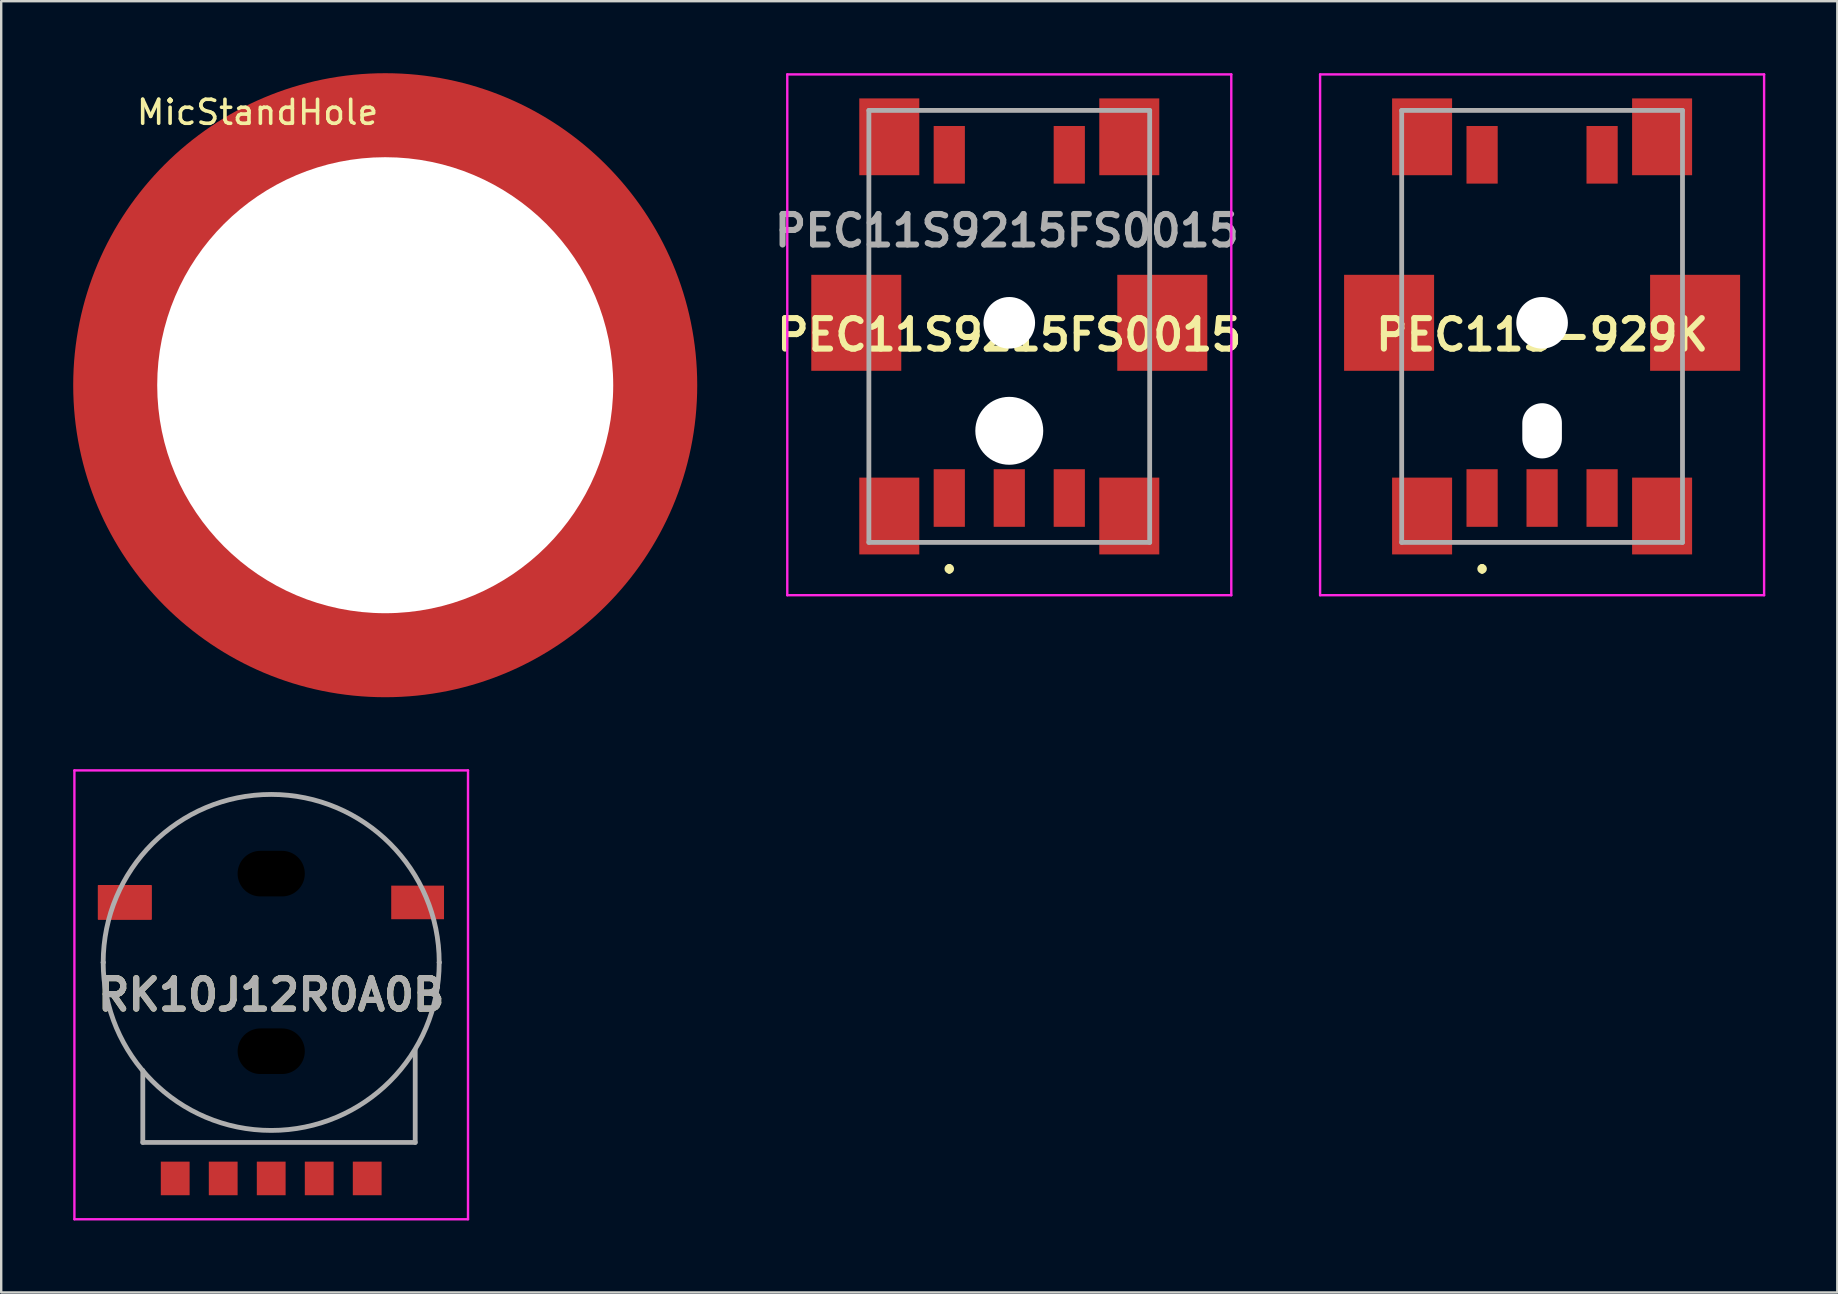
<source format=kicad_pcb>
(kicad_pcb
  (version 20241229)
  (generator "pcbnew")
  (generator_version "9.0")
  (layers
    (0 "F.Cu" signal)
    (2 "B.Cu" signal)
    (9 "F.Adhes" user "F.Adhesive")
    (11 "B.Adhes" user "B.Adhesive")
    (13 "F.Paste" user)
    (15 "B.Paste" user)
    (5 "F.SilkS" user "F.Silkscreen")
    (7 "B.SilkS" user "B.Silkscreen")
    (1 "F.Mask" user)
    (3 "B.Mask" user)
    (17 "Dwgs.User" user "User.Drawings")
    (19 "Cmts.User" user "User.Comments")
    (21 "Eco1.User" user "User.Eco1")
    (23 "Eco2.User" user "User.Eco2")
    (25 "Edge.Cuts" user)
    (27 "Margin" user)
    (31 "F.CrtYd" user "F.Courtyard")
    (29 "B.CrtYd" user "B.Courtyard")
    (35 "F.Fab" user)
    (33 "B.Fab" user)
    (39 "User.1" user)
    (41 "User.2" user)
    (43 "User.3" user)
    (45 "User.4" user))
  (footprint "RK10J12R0A0B"
    (layer "F.Cu")
    (at 8.25 37.05)
    (property "Reference" "RK10J12R0A0B" (at 0 1.35 0) (layer "F.SilkS") (effects (font (size 1.27 1.27) (thickness 0.254))))
    (attr through_hole)
    (fp_rect (start -7.2 -1.8) (end -5 -3.2) (stroke (width 0.05) (type solid)) (fill yes) (layer "F.Cu"))
    (fp_rect (start -1.1 -4.2) (end 1.1 -3.2) (stroke (width 0.1) (type default)) (fill no) (layer "F.Cu"))
    (fp_line (start -5.35 4.5) (end -5.35 7.5) (stroke (width 0.1) (type solid)) (layer "F.SilkS"))
    (fp_line (start -5.35 7.5) (end 6 7.5) (stroke (width 0.1) (type solid)) (layer "F.SilkS"))
    (fp_line (start 6 7.5) (end 6 3.7) (stroke (width 0.1) (type solid)) (layer "F.SilkS"))
    (fp_line (start -8.2 -8) (end 8.2 -8) (stroke (width 0.1) (type solid)) (layer "F.CrtYd"))
    (fp_line (start -8.2 10.7) (end -8.2 -8) (stroke (width 0.1) (type solid)) (layer "F.CrtYd"))
    (fp_line (start 8.2 -8) (end 8.2 10.7) (stroke (width 0.1) (type solid)) (layer "F.CrtYd"))
    (fp_line (start 8.2 10.7) (end -8.2 10.7) (stroke (width 0.1) (type solid)) (layer "F.CrtYd"))
    (fp_line (start -7 0) (end -7 0) (stroke (width 0.2) (type solid)) (layer "F.Fab"))
    (fp_line (start -5.35 4.5) (end -5.35 7.5) (stroke (width 0.2) (type solid)) (layer "F.Fab"))
    (fp_line (start -5.35 7.5) (end 6 7.5) (stroke (width 0.2) (type solid)) (layer "F.Fab"))
    (fp_line (start 6 7.5) (end 6 3.65) (stroke (width 0.2) (type solid)) (layer "F.Fab"))
    (fp_line (start 7 0) (end 7 0) (stroke (width 0.2) (type solid)) (layer "F.Fab"))
    (fp_arc (start -7 0) (mid 0 -7) (end 7 0) (stroke (width 0.2) (type solid)) (layer "F.Fab"))
    (fp_arc (start 7 0) (mid 0 7) (end -7 0) (stroke (width 0.2) (type solid)) (layer "F.Fab"))
    (fp_text user "${REFERENCE}" (at 0 1.35 0) (layer "F.Fab") (effects (font (size 1.27 1.27) (thickness 0.254))))
    (pad "" np_thru_hole oval (at 0 -3.7) (size 5 4) (drill oval 2.8 1.9) (layers "*.Mask"))
    (pad "" np_thru_hole oval (at 0 3.7) (size 5 4) (drill oval 2.8 1.9) (layers "*.Mask"))
    (pad "1" smd rect (at -4 9) (size 1.2 1.4) (layers "F.Cu" "F.Mask" "F.Paste"))
    (pad "2" smd rect (at 0 9) (size 1.2 1.4) (layers "F.Cu" "F.Mask" "F.Paste"))
    (pad "3" smd rect (at 2 9) (size 1.2 1.4) (layers "F.Cu" "F.Mask" "F.Paste"))
    (pad "4" smd rect (at -2 9) (size 1.2 1.4) (layers "F.Cu" "F.Mask" "F.Paste"))
    (pad "5" smd rect (at 4 9) (size 1.2 1.4) (layers "F.Cu" "F.Mask" "F.Paste"))
    (pad "MP1" smd rect (at 6.1 -2.5 90) (size 1.4 2.2) (layers "F.Cu" "F.Mask" "F.Paste"))
    (pad "MP2" smd rect (at -6.1 -2.5 90) (size 1.4 2.2) (layers "F.Cu" "F.Mask" "F.Paste")))
  (footprint "PEC11S-929K"
    (layer "F.Cu")
    (at 61.202 10.55)
    (property "Reference" "PEC11S-929K" (at 0 0.35 180) (layer "F.SilkS") (effects (font (size 1.27 1.27) (thickness 0.254))))
    (attr smd)
    (fp_line (start -3 -9) (end 3 -9) (stroke (width 0.1) (type solid)) (layer "F.SilkS"))
    (fp_line (start -3 9) (end 3 9) (stroke (width 0.1) (type solid)) (layer "F.SilkS"))
    (fp_line (start -2.5 10) (end -2.5 10) (stroke (width 0.2) (type solid)) (layer "F.SilkS"))
    (fp_line (start -2.5 10.2) (end -2.5 10.2) (stroke (width 0.2) (type solid)) (layer "F.SilkS"))
    (fp_arc (start -2.5 10) (mid -2.4 10.100001) (end -2.5 10.2) (stroke (width 0.2) (type solid)) (layer "F.SilkS"))
    (fp_arc (start -2.5 10.2) (mid -2.6 10.100001) (end -2.5 10) (stroke (width 0.2) (type solid)) (layer "F.SilkS"))
    (fp_line (start -9.25 -10.5) (end 9.25 -10.5) (stroke (width 0.1) (type solid)) (layer "F.CrtYd"))
    (fp_line (start -9.25 11.2) (end -9.25 -10.5) (stroke (width 0.1) (type solid)) (layer "F.CrtYd"))
    (fp_line (start 9.25 -10.5) (end 9.25 11.2) (stroke (width 0.1) (type solid)) (layer "F.CrtYd"))
    (fp_line (start 9.25 11.2) (end -9.25 11.2) (stroke (width 0.1) (type solid)) (layer "F.CrtYd"))
    (fp_line (start -5.85 -9) (end 5.85 -9) (stroke (width 0.2) (type solid)) (layer "F.Fab"))
    (fp_line (start -5.85 9) (end -5.85 -9) (stroke (width 0.2) (type solid)) (layer "F.Fab"))
    (fp_line (start 5.85 -9) (end 5.85 9) (stroke (width 0.2) (type solid)) (layer "F.Fab"))
    (fp_line (start 5.85 9) (end -5.85 9) (stroke (width 0.2) (type solid)) (layer "F.Fab"))
    (pad "" np_thru_hole circle (at 0 -0.15) (size 2.15 2.15) (drill 2.15) (layers "*.Cu" "*.Mask"))
    (pad "" np_thru_hole oval (at 0 4.35) (size 1.65 2.3) (drill oval 1.65 2.3) (layers "*.Cu" "*.Mask"))
    (pad "A" smd rect (at -2.5 7.15) (size 1.3 2.4) (layers "F.Cu" "F.Mask" "F.Paste"))
    (pad "B" smd rect (at 2.5 7.15) (size 1.3 2.4) (layers "F.Cu" "F.Mask" "F.Paste"))
    (pad "C" smd rect (at 0 7.15) (size 1.3 2.4) (layers "F.Cu" "F.Mask" "F.Paste"))
    (pad "MP1" smd rect (at -6.375 -0.15) (size 3.75 4) (layers "F.Cu" "F.Mask" "F.Paste"))
    (pad "MP2" smd rect (at 6.375 -0.15) (size 3.75 4) (layers "F.Cu" "F.Mask" "F.Paste"))
    (pad "MP3" smd rect (at 5 -7.9) (size 2.5 3.2) (layers "F.Cu" "F.Mask" "F.Paste"))
    (pad "MP4" smd rect (at -5 -7.9) (size 2.5 3.2) (layers "F.Cu" "F.Mask" "F.Paste"))
    (pad "MP5" smd rect (at -5 7.9) (size 2.5 3.2) (layers "F.Cu" "F.Mask" "F.Paste"))
    (pad "MP6" smd rect (at 5 7.9) (size 2.5 3.2) (layers "F.Cu" "F.Mask" "F.Paste"))
    (pad "S1" smd rect (at -2.5 -7.15) (size 1.3 2.4) (layers "F.Cu" "F.Mask" "F.Paste"))
    (pad "S2" smd rect (at 2.5 -7.15) (size 1.3 2.4) (layers "F.Cu" "F.Mask" "F.Paste")))
  (footprint "PEC11S9215FS0015"
    (layer "F.Cu")
    (at 39.002 10.55)
    (property "Reference" "PEC11S9215FS0015" (at 0 0.35 0) (layer "F.SilkS") (effects (font (size 1.27 1.27) (thickness 0.254))))
    (attr smd)
    (fp_line (start -3 -9) (end 3 -9) (stroke (width 0.1) (type solid)) (layer "F.SilkS"))
    (fp_line (start -3 9) (end 3 9) (stroke (width 0.1) (type solid)) (layer "F.SilkS"))
    (fp_line (start -2.5 10) (end -2.5 10) (stroke (width 0.2) (type solid)) (layer "F.SilkS"))
    (fp_line (start -2.5 10.2) (end -2.5 10.2) (stroke (width 0.2) (type solid)) (layer "F.SilkS"))
    (fp_arc (start -2.5 10) (mid -2.4 10.1) (end -2.5 10.2) (stroke (width 0.2) (type solid)) (layer "F.SilkS"))
    (fp_arc (start -2.5 10.2) (mid -2.6 10.1) (end -2.5 10) (stroke (width 0.2) (type solid)) (layer "F.SilkS"))
    (fp_line (start -9.25 -10.5) (end 9.25 -10.5) (stroke (width 0.1) (type solid)) (layer "F.CrtYd"))
    (fp_line (start -9.25 11.2) (end -9.25 -10.5) (stroke (width 0.1) (type solid)) (layer "F.CrtYd"))
    (fp_line (start 9.25 -10.5) (end 9.25 11.2) (stroke (width 0.1) (type solid)) (layer "F.CrtYd"))
    (fp_line (start 9.25 11.2) (end -9.25 11.2) (stroke (width 0.1) (type solid)) (layer "F.CrtYd"))
    (fp_line (start -5.85 -9) (end 5.85 -9) (stroke (width 0.2) (type solid)) (layer "F.Fab"))
    (fp_line (start -5.85 9) (end -5.85 -9) (stroke (width 0.2) (type solid)) (layer "F.Fab"))
    (fp_line (start 5.85 -9) (end 5.85 9) (stroke (width 0.2) (type solid)) (layer "F.Fab"))
    (fp_line (start 5.85 9) (end -5.85 9) (stroke (width 0.2) (type solid)) (layer "F.Fab"))
    (fp_text user "${REFERENCE}" (at -0.102 -3.988 0) (layer "F.Fab") (effects (font (size 1.27 1.27) (thickness 0.254))))
    (pad "" np_thru_hole circle (at 0 -0.15) (size 2.15 2.15) (drill 2.15) (layers "*.Cu" "*.Mask"))
    (pad "" np_thru_hole circle (at 0 4.35) (size 2.83 2.83) (drill 2.83) (layers "*.Cu" "*.Mask"))
    (pad "A" smd rect (at -2.5 7.15) (size 1.3 2.4) (layers "F.Cu" "F.Mask" "F.Paste"))
    (pad "B" smd rect (at 2.5 7.15) (size 1.3 2.4) (layers "F.Cu" "F.Mask" "F.Paste"))
    (pad "C" smd rect (at 0 7.15) (size 1.3 2.4) (layers "F.Cu" "F.Mask" "F.Paste"))
    (pad "MP1" smd rect (at -6.375 -0.15) (size 3.75 4) (layers "F.Cu" "F.Mask" "F.Paste"))
    (pad "MP2" smd rect (at 6.375 -0.15) (size 3.75 4) (layers "F.Cu" "F.Mask" "F.Paste"))
    (pad "MP3" smd rect (at 5 -7.9) (size 2.5 3.2) (layers "F.Cu" "F.Mask" "F.Paste"))
    (pad "MP4" smd rect (at -5 -7.9) (size 2.5 3.2) (layers "F.Cu" "F.Mask" "F.Paste"))
    (pad "MP5" smd rect (at -5 7.9) (size 2.5 3.2) (layers "F.Cu" "F.Mask" "F.Paste"))
    (pad "MP6" smd rect (at 5 7.9) (size 2.5 3.2) (layers "F.Cu" "F.Mask" "F.Paste"))
    (pad "S1" smd rect (at -2.5 -7.15) (size 1.3 2.4) (layers "F.Cu" "F.Mask" "F.Paste"))
    (pad "S2" smd rect (at 2.5 -7.15) (size 1.3 2.4) (layers "F.Cu" "F.Mask" "F.Paste")))
  (footprint "MicStandHole"
    (layer "F.Cu")
    (at 13 13)
    (property "Reference" "MicStandHole" (at -5.32 -11.37 0) (unlocked yes) (layer "F.SilkS") (effects (font (size 1 1) (thickness 0.15))))
    (pad "" np_thru_hole circle (at 0 0) (size 26 26) (drill 19) (layers "F.Cu" "F.Mask")))
  (gr_rect
    (start -3 -3)
    (end 73.502 50.8)
    (stroke (width 0.1) (type default))
    (fill no)
    (layer "Edge.Cuts")))
</source>
